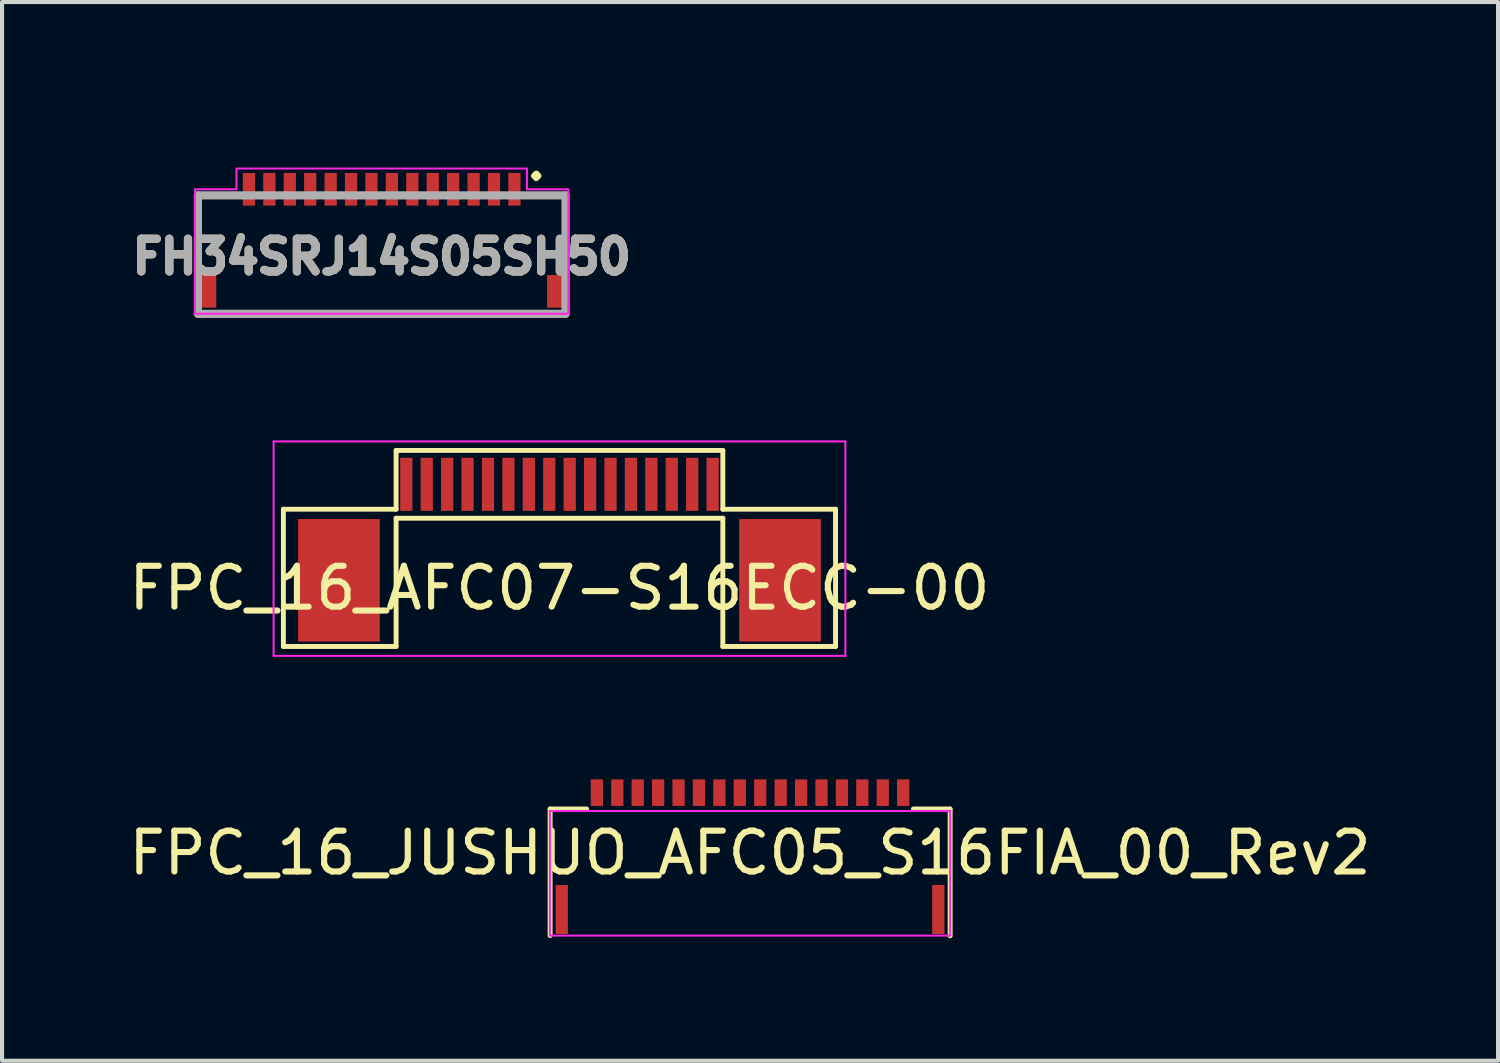
<source format=kicad_pcb>
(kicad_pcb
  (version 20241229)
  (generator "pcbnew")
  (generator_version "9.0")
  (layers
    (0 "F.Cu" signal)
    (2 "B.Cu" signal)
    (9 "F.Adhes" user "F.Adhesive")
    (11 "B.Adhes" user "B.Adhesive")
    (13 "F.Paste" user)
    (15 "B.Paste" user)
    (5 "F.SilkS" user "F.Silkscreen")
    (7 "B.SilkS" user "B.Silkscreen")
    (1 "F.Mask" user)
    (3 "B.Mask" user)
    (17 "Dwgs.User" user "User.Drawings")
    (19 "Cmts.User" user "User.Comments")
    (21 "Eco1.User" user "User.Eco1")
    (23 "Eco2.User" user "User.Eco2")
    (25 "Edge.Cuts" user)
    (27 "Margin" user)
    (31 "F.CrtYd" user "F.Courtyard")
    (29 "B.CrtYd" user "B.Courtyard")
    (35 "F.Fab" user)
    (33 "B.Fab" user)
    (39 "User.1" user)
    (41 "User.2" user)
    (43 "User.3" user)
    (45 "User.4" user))
  (footprint "FPC_16_JUSHUO_AFC05_S16FIA_00_Rev2"
    (layer "F.Cu")
    (at 15.315 16.359)
    (property "Reference" "FPC_16_JUSHUO_AFC05_S16FIA_00_Rev2" (at 0 1.475 180) (layer "F.SilkS") (effects (font (size 1 1) (thickness 0.15))))
    (attr smd)
    (fp_line (start -4.895 0.4) (end -4 0.4) (stroke (width 0.12) (type solid)) (layer "F.SilkS"))
    (fp_line (start -4.895 3.5) (end -4.895 0.4) (stroke (width 0.12) (type solid)) (layer "F.SilkS"))
    (fp_line (start 4.895 0.4) (end 4 0.4) (stroke (width 0.12) (type solid)) (layer "F.SilkS"))
    (fp_line (start 4.9 3.505) (end 4.9 0.4) (stroke (width 0.12) (type solid)) (layer "F.SilkS"))
    (fp_line (start -4.9 0.45) (end -4.9 3.5) (stroke (width 0.05) (type solid)) (layer "F.CrtYd"))
    (fp_line (start -4.9 0.45) (end 4.9 0.45) (stroke (width 0.05) (type solid)) (layer "F.CrtYd"))
    (fp_line (start -4.9 3.5) (end 4.9 3.5) (stroke (width 0.05) (type solid)) (layer "F.CrtYd"))
    (fp_line (start 4.9 0.45) (end 4.9 3.5) (stroke (width 0.05) (type solid)) (layer "F.CrtYd"))
    (pad "0" smd rect (at -4.61 2.86) (size 0.3 1.2) (layers "F.Cu" "F.Mask" "F.Paste"))
    (pad "0" smd rect (at 4.61 2.86) (size 0.3 1.2) (layers "F.Cu" "F.Mask" "F.Paste"))
    (pad "1" smd rect (at -3.75 0) (size 0.3 0.65) (layers "F.Cu" "F.Mask" "F.Paste"))
    (pad "2" smd rect (at -3.25 0) (size 0.3 0.65) (layers "F.Cu" "F.Mask" "F.Paste"))
    (pad "3" smd rect (at -2.75 0) (size 0.3 0.65) (layers "F.Cu" "F.Mask" "F.Paste"))
    (pad "4" smd rect (at -2.25 0) (size 0.3 0.65) (layers "F.Cu" "F.Mask" "F.Paste"))
    (pad "5" smd rect (at -1.75 0) (size 0.3 0.65) (layers "F.Cu" "F.Mask" "F.Paste"))
    (pad "6" smd rect (at -1.25 0) (size 0.3 0.65) (layers "F.Cu" "F.Mask" "F.Paste"))
    (pad "7" smd rect (at -0.75 0) (size 0.3 0.65) (layers "F.Cu" "F.Mask" "F.Paste"))
    (pad "8" smd rect (at -0.25 0) (size 0.3 0.65) (layers "F.Cu" "F.Mask" "F.Paste"))
    (pad "9" smd rect (at 0.25 0) (size 0.3 0.65) (layers "F.Cu" "F.Mask" "F.Paste"))
    (pad "10" smd rect (at 0.75 0) (size 0.3 0.65) (layers "F.Cu" "F.Mask" "F.Paste"))
    (pad "11" smd rect (at 1.25 0) (size 0.3 0.65) (layers "F.Cu" "F.Mask" "F.Paste"))
    (pad "12" smd rect (at 1.75 0) (size 0.3 0.65) (layers "F.Cu" "F.Mask" "F.Paste"))
    (pad "13" smd rect (at 2.25 0) (size 0.3 0.65) (layers "F.Cu" "F.Mask" "F.Paste"))
    (pad "14" smd rect (at 2.75 0) (size 0.3 0.65) (layers "F.Cu" "F.Mask" "F.Paste"))
    (pad "15" smd rect (at 3.25 0) (size 0.3 0.65) (layers "F.Cu" "F.Mask" "F.Paste"))
    (pad "16" smd rect (at 3.75 0) (size 0.3 0.65) (layers "F.Cu" "F.Mask" "F.Paste")))
  (footprint "FPC_16_AFC07-S16ECC-00"
    (layer "F.Cu")
    (at 10.649 8.809)
    (property "Reference" "FPC_16_AFC07-S16ECC-00" (at 0 2.54 0) (layer "F.SilkS") (effects (font (size 1 1) (thickness 0.15))))
    (attr smd)
    (fp_line (start -6.76 0.61) (end -4 0.61) (stroke (width 0.12) (type solid)) (layer "F.SilkS"))
    (fp_line (start -6.76 3.97) (end -6.76 0.61) (stroke (width 0.12) (type solid)) (layer "F.SilkS"))
    (fp_line (start -4 -0.83) (end 4 -0.83) (stroke (width 0.12) (type solid)) (layer "F.SilkS"))
    (fp_line (start -4 0.61) (end -4 -0.83) (stroke (width 0.12) (type solid)) (layer "F.SilkS"))
    (fp_line (start -4 0.83) (end -4 3.97) (stroke (width 0.12) (type solid)) (layer "F.SilkS"))
    (fp_line (start -4 0.83) (end 4 0.83) (stroke (width 0.12) (type solid)) (layer "F.SilkS"))
    (fp_line (start -4 3.97) (end -6.76 3.97) (stroke (width 0.12) (type solid)) (layer "F.SilkS"))
    (fp_line (start 4 0.61) (end 4 -0.83) (stroke (width 0.12) (type solid)) (layer "F.SilkS"))
    (fp_line (start 4 0.83) (end 4 3.97) (stroke (width 0.12) (type solid)) (layer "F.SilkS"))
    (fp_line (start 4 3.97) (end 6.76 3.97) (stroke (width 0.12) (type solid)) (layer "F.SilkS"))
    (fp_line (start 6.76 0.61) (end 4 0.61) (stroke (width 0.12) (type solid)) (layer "F.SilkS"))
    (fp_line (start 6.76 3.97) (end 6.76 0.61) (stroke (width 0.12) (type solid)) (layer "F.SilkS"))
    (fp_line (start -7 -1.05) (end -7 4.2) (stroke (width 0.05) (type solid)) (layer "F.CrtYd"))
    (fp_line (start -7 -1.05) (end 7 -1.05) (stroke (width 0.05) (type solid)) (layer "F.CrtYd"))
    (fp_line (start -7 4.2) (end 7 4.2) (stroke (width 0.05) (type solid)) (layer "F.CrtYd"))
    (fp_line (start 7 -1.05) (end 7 4.2) (stroke (width 0.05) (type solid)) (layer "F.CrtYd"))
    (pad "0" smd rect (at -5.4 2.35) (size 2 3) (layers "F.Cu" "F.Mask" "F.Paste"))
    (pad "0" smd rect (at 5.4 2.35) (size 2 3) (layers "F.Cu" "F.Mask" "F.Paste"))
    (pad "1" smd rect (at -3.75 0) (size 0.3 1.3) (layers "F.Cu" "F.Mask" "F.Paste"))
    (pad "2" smd rect (at -3.25 0) (size 0.3 1.3) (layers "F.Cu" "F.Mask" "F.Paste"))
    (pad "3" smd rect (at -2.75 0) (size 0.3 1.3) (layers "F.Cu" "F.Mask" "F.Paste"))
    (pad "4" smd rect (at -2.25 0) (size 0.3 1.3) (layers "F.Cu" "F.Mask" "F.Paste"))
    (pad "5" smd rect (at -1.75 0) (size 0.3 1.3) (layers "F.Cu" "F.Mask" "F.Paste"))
    (pad "6" smd rect (at -1.25 0) (size 0.3 1.3) (layers "F.Cu" "F.Mask" "F.Paste"))
    (pad "7" smd rect (at -0.75 0) (size 0.3 1.3) (layers "F.Cu" "F.Mask" "F.Paste"))
    (pad "8" smd rect (at -0.25 0) (size 0.3 1.3) (layers "F.Cu" "F.Mask" "F.Paste"))
    (pad "9" smd rect (at 0.25 0) (size 0.3 1.3) (layers "F.Cu" "F.Mask" "F.Paste"))
    (pad "10" smd rect (at 0.75 0) (size 0.3 1.3) (layers "F.Cu" "F.Mask" "F.Paste"))
    (pad "11" smd rect (at 1.25 0) (size 0.3 1.3) (layers "F.Cu" "F.Mask" "F.Paste"))
    (pad "12" smd rect (at 1.75 0) (size 0.3 1.3) (layers "F.Cu" "F.Mask" "F.Paste"))
    (pad "13" smd rect (at 2.25 0) (size 0.3 1.3) (layers "F.Cu" "F.Mask" "F.Paste"))
    (pad "14" smd rect (at 2.75 0) (size 0.3 1.3) (layers "F.Cu" "F.Mask" "F.Paste"))
    (pad "15" smd rect (at 3.25 0) (size 0.3 1.3) (layers "F.Cu" "F.Mask" "F.Paste"))
    (pad "16" smd rect (at 3.75 0) (size 0.3 1.3) (layers "F.Cu" "F.Mask" "F.Paste")))
  (footprint "FH34SRJ14S05SH50"
    (layer "F.Cu")
    (at 6.296 3.109)
    (property "Reference" "FH34SRJ14S05SH50" (at 0 0.127 0) (layer "F.SilkS") (effects (font (size 0.8 0.8) (thickness 0.2))))
    (attr smd)
    (fp_line (start -4.5 -1.375) (end -4.5 -1.375) (stroke (width 0.1) (type solid)) (layer "F.SilkS"))
    (fp_line (start -4.5 -1.375) (end -4.5 -1.375) (stroke (width 0.1) (type solid)) (layer "F.SilkS"))
    (fp_line (start -4.5 -1.375) (end -4.5 0.25) (stroke (width 0.1) (type solid)) (layer "F.SilkS"))
    (fp_line (start -4.5 -1.375) (end -4 -1.375) (stroke (width 0.1) (type solid)) (layer "F.SilkS"))
    (fp_line (start -4.5 0.25) (end -4.5 -1.375) (stroke (width 0.1) (type solid)) (layer "F.SilkS"))
    (fp_line (start -4.5 0.25) (end -4.5 0.25) (stroke (width 0.1) (type solid)) (layer "F.SilkS"))
    (fp_line (start -4 -1.375) (end -4.5 -1.375) (stroke (width 0.1) (type solid)) (layer "F.SilkS"))
    (fp_line (start -4 -1.375) (end -4 -1.375) (stroke (width 0.1) (type solid)) (layer "F.SilkS"))
    (fp_line (start -3.5 1.525) (end -3.5 1.525) (stroke (width 0.1) (type solid)) (layer "F.SilkS"))
    (fp_line (start -3.5 1.525) (end 3.5 1.525) (stroke (width 0.1) (type solid)) (layer "F.SilkS"))
    (fp_line (start 3.5 1.525) (end -3.5 1.525) (stroke (width 0.1) (type solid)) (layer "F.SilkS"))
    (fp_line (start 3.5 1.525) (end 3.5 1.525) (stroke (width 0.1) (type solid)) (layer "F.SilkS"))
    (fp_line (start 4 -1.375) (end 4 -1.375) (stroke (width 0.1) (type solid)) (layer "F.SilkS"))
    (fp_line (start 4 -1.375) (end 4.5 -1.375) (stroke (width 0.1) (type solid)) (layer "F.SilkS"))
    (fp_line (start 4.5 -1.375) (end 4 -1.375) (stroke (width 0.1) (type solid)) (layer "F.SilkS"))
    (fp_line (start 4.5 -1.375) (end 4.5 -1.375) (stroke (width 0.1) (type solid)) (layer "F.SilkS"))
    (fp_line (start 4.5 -1.25) (end 4.5 -1.25) (stroke (width 0.1) (type solid)) (layer "F.SilkS"))
    (fp_line (start 4.5 -1.25) (end 4.5 0.25) (stroke (width 0.1) (type solid)) (layer "F.SilkS"))
    (fp_line (start 4.5 0.25) (end 4.5 -1.25) (stroke (width 0.1) (type solid)) (layer "F.SilkS"))
    (fp_line (start 4.5 0.25) (end 4.5 0.25) (stroke (width 0.1) (type solid)) (layer "F.SilkS"))
    (fp_poly (pts (xy 3.556 -1.524) (xy 4.572 -1.524) (xy 4.572 1.524) (xy -4.572 1.524) (xy -4.572 -1.524) (xy -3.556 -1.524) (xy -3.556 -2.032) (xy 3.556 -2.032)) (stroke (width 0.05) (type solid)) (fill no) (layer "F.CrtYd"))
    (fp_line (start -4.5 -1.375) (end 4.5 -1.375) (stroke (width 0.2) (type solid)) (layer "F.Fab"))
    (fp_line (start -4.5 1.525) (end -4.5 -1.375) (stroke (width 0.2) (type solid)) (layer "F.Fab"))
    (fp_line (start 4.5 -1.375) (end 4.5 1.525) (stroke (width 0.2) (type solid)) (layer "F.Fab"))
    (fp_line (start 4.5 1.525) (end -4.5 1.525) (stroke (width 0.2) (type solid)) (layer "F.Fab"))
    (fp_text user "." (at 3.785 -2.261 0) (unlocked yes) (layer "F.SilkS") (effects (font (size 1 1) (thickness 0.15))))
    (fp_text user "${REFERENCE}" (at 0 0.127 0) (layer "F.Fab") (effects (font (size 0.8 0.8) (thickness 0.2))))
    (pad "1" smd rect (at 3.25 -1.525) (size 0.3 0.8) (layers "F.Cu" "F.Mask" "F.Paste"))
    (pad "2" smd rect (at 2.75 -1.525) (size 0.3 0.8) (layers "F.Cu" "F.Mask" "F.Paste"))
    (pad "3" smd rect (at 2.25 -1.525) (size 0.3 0.8) (layers "F.Cu" "F.Mask" "F.Paste"))
    (pad "4" smd rect (at 1.75 -1.525) (size 0.3 0.8) (layers "F.Cu" "F.Mask" "F.Paste"))
    (pad "5" smd rect (at 1.25 -1.525) (size 0.3 0.8) (layers "F.Cu" "F.Mask" "F.Paste"))
    (pad "6" smd rect (at 0.75 -1.525) (size 0.3 0.8) (layers "F.Cu" "F.Mask" "F.Paste"))
    (pad "7" smd rect (at 0.25 -1.525) (size 0.3 0.8) (layers "F.Cu" "F.Mask" "F.Paste"))
    (pad "8" smd rect (at -0.25 -1.525) (size 0.3 0.8) (layers "F.Cu" "F.Mask" "F.Paste"))
    (pad "9" smd rect (at -0.75 -1.525) (size 0.3 0.8) (layers "F.Cu" "F.Mask" "F.Paste"))
    (pad "10" smd rect (at -1.25 -1.525) (size 0.3 0.8) (layers "F.Cu" "F.Mask" "F.Paste"))
    (pad "11" smd rect (at -1.75 -1.525) (size 0.3 0.8) (layers "F.Cu" "F.Mask" "F.Paste"))
    (pad "12" smd rect (at -2.25 -1.525) (size 0.3 0.8) (layers "F.Cu" "F.Mask" "F.Paste"))
    (pad "13" smd rect (at -2.75 -1.525) (size 0.3 0.8) (layers "F.Cu" "F.Mask" "F.Paste"))
    (pad "14" smd rect (at -3.25 -1.525) (size 0.3 0.8) (layers "F.Cu" "F.Mask" "F.Paste"))
    (pad "MP1" smd rect (at -4.25 0.975) (size 0.4 0.8) (layers "F.Cu" "F.Mask" "F.Paste"))
    (pad "MP2" smd rect (at 4.25 0.975) (size 0.4 0.8) (layers "F.Cu" "F.Mask" "F.Paste")))
  (gr_rect
    (start -3 -3)
    (end 33.631 22.924)
    (stroke (width 0.1) (type default))
    (fill no)
    (layer "Edge.Cuts")))
</source>
